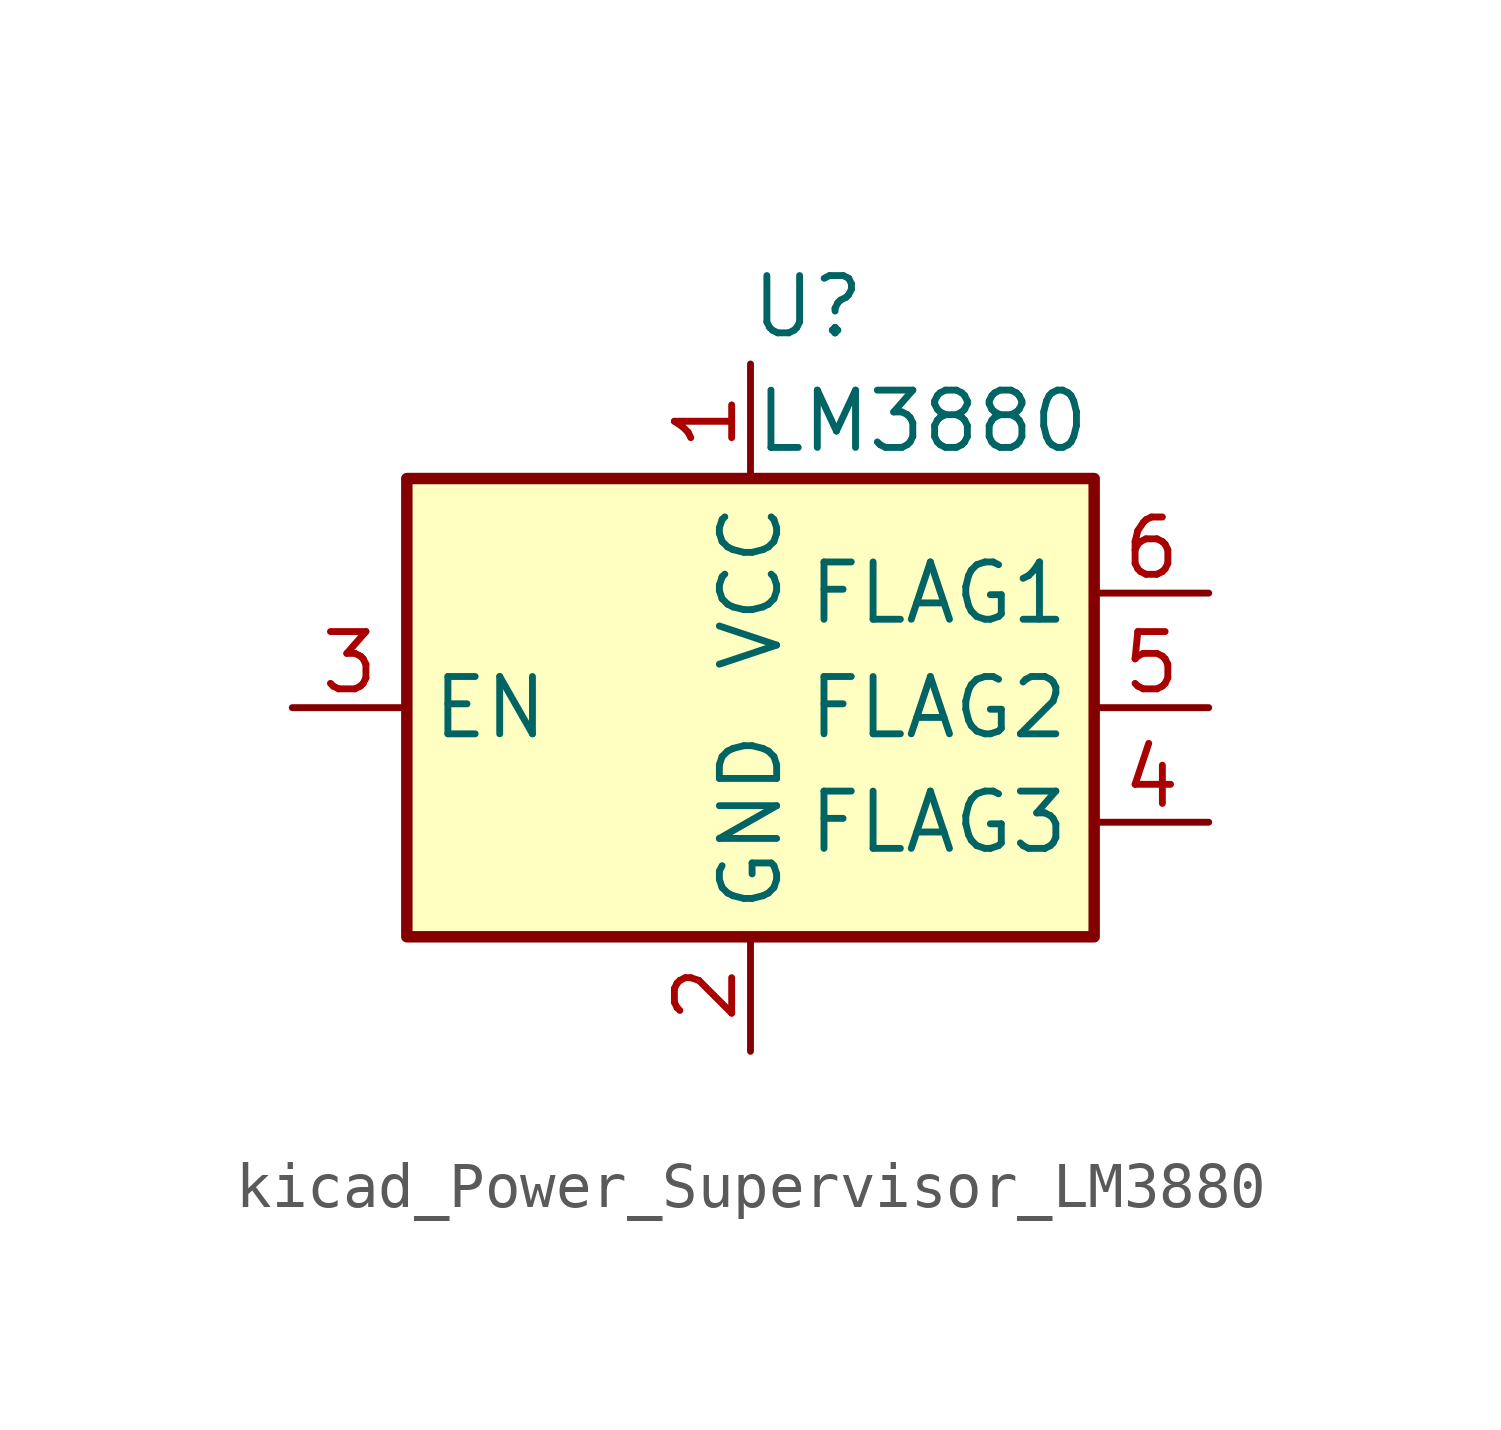
<source format=kicad_sym>
(kicad_symbol_lib
  (version 20220914)
  (generator kicad_symbol_editor)
  (symbol "kicad_Power_Supervisor_LM3880"
    (property "Reference" "U"
      (at 1.27 8.89 0)
      (effects (font (size 1.27 1.27))))
    (property "Value" "LM3880"
      (at 3.81 6.35 0)
      (effects (font (size 1.27 1.27))))
    (symbol "kicad_Power_Supervisor_LM3880_0_1"
      (rectangle (start -7.62 5.08) (end 7.62 -5.08) (stroke (width 0.254) (type default)) (fill (type background))))
    (symbol "kicad_Power_Supervisor_LM3880_1_1"
      (pin power_in line (at 0 7.62 270) (length 2.54) (name "VCC" (effects (font (size 1.27 1.27)))) (number "1" (effects (font (size 1.27 1.27)))))
      (pin power_in line (at 0 -7.62 90) (length 2.54) (name "GND" (effects (font (size 1.27 1.27)))) (number "2" (effects (font (size 1.27 1.27)))))
      (pin input line (at -10.16 0 0) (length 2.54) (name "EN" (effects (font (size 1.27 1.27)))) (number "3" (effects (font (size 1.27 1.27)))))
      (pin open_collector line (at 10.16 -2.54 180) (length 2.54) (name "FLAG3" (effects (font (size 1.27 1.27)))) (number "4" (effects (font (size 1.27 1.27)))))
      (pin open_collector line (at 10.16 0 180) (length 2.54) (name "FLAG2" (effects (font (size 1.27 1.27)))) (number "5" (effects (font (size 1.27 1.27)))))
      (pin open_collector line (at 10.16 2.54 180) (length 2.54) (name "FLAG1" (effects (font (size 1.27 1.27)))) (number "6" (effects (font (size 1.27 1.27))))))))
</source>
